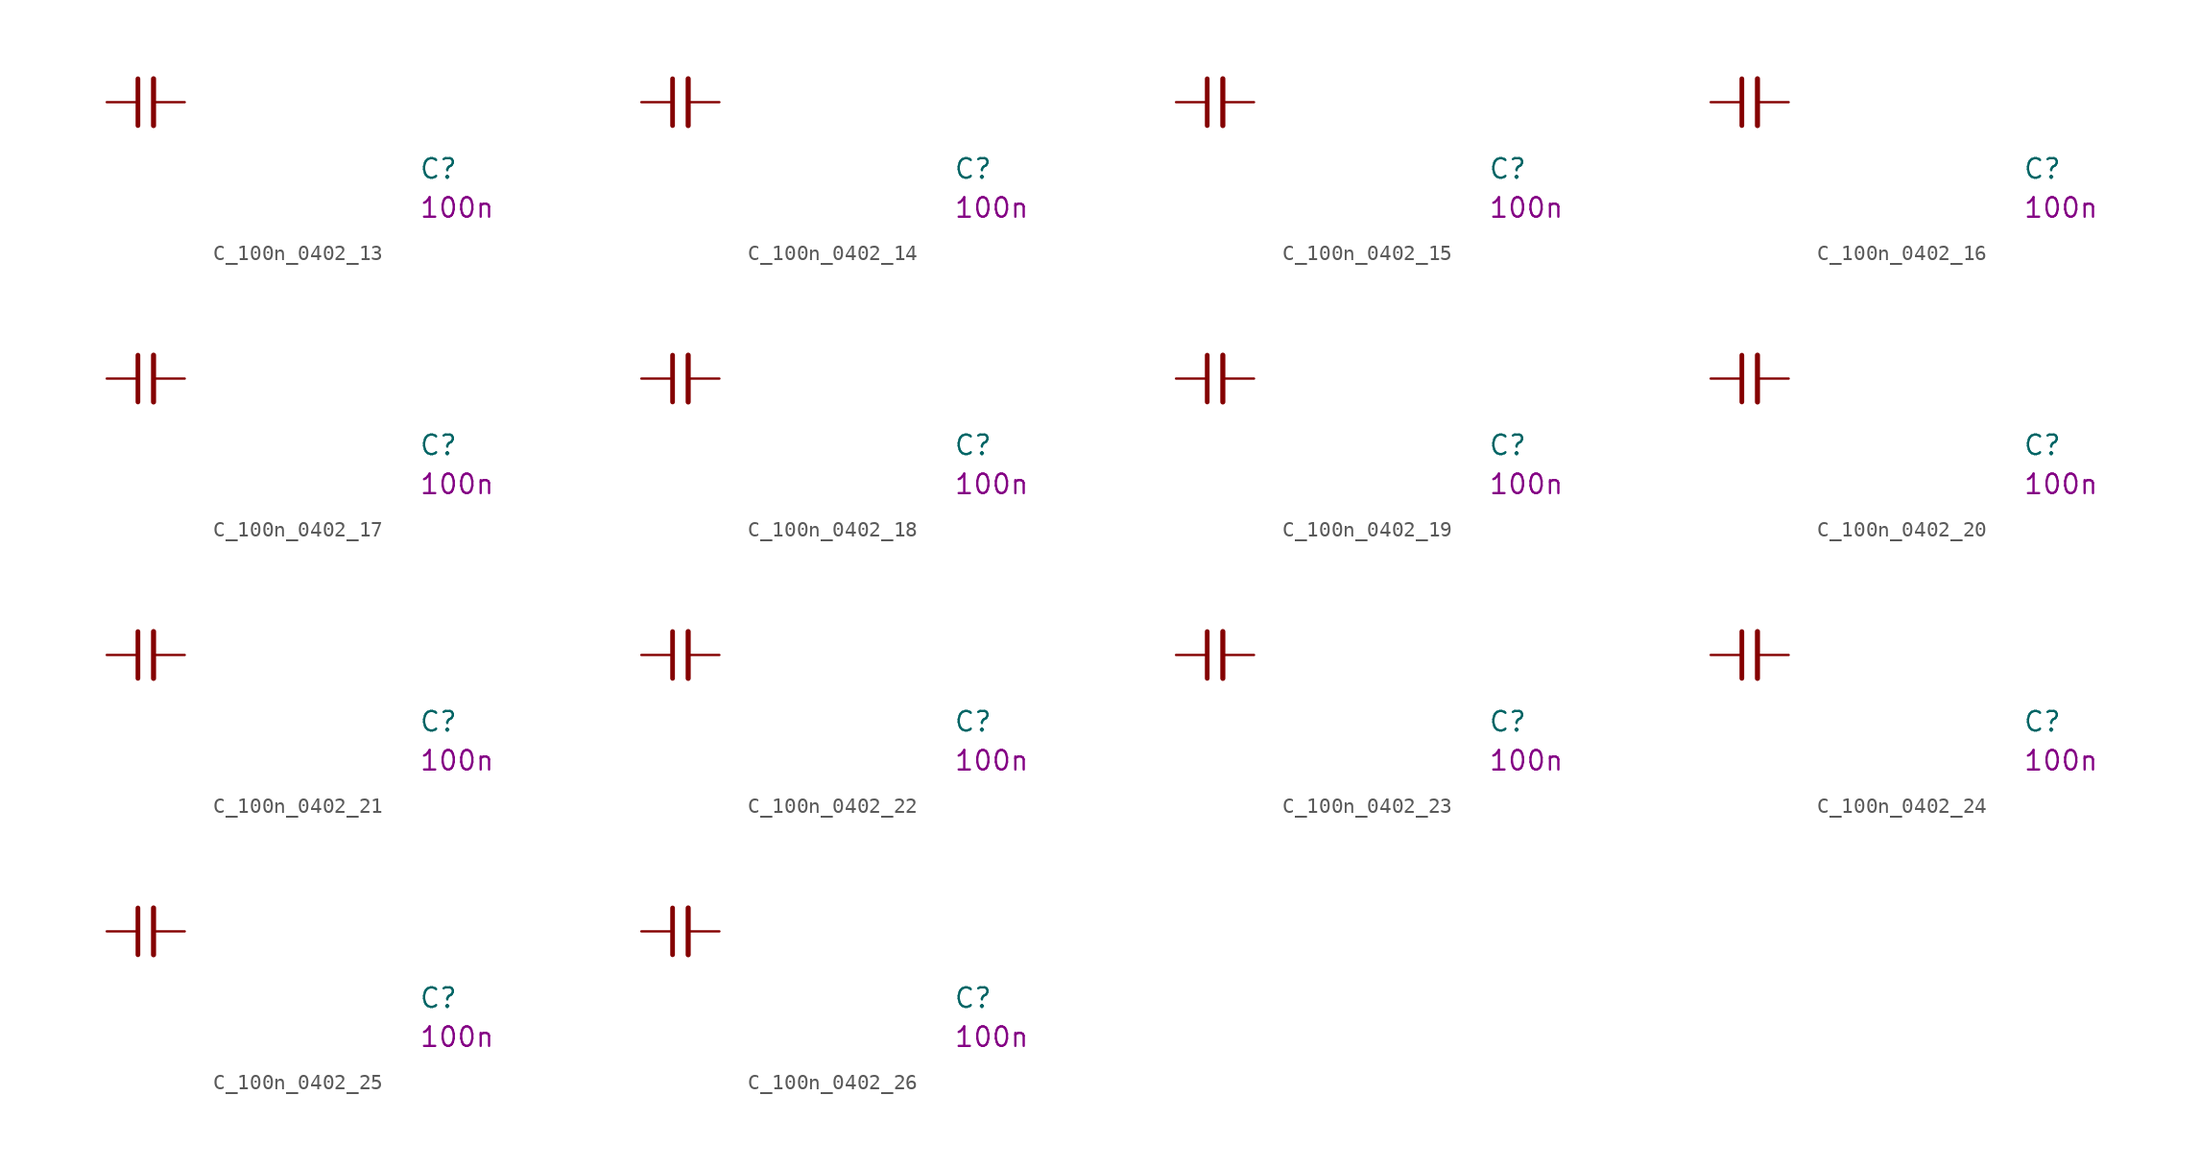
<source format=kicad_sym>
(kicad_symbol_lib
  (version 20211014)
  (generator kicad_symbol_editor)
  (symbol "data-center-rdimm-ddr4-tester:C_100n_0402_13"
    (pin_numbers hide)
    (pin_names hide)
    (property "Reference" "C"
      (at 20.32 -5.08 0)
      (effects (font (size 1.27 1.27) (thickness 0.15)) (justify left bottom)))
    (property "Val" "100n"
      (at 20.32 -7.62 0)
      (effects (font (size 1.27 1.27) (thickness 0.15)) (justify left bottom)))
    (symbol "C_100n_0402_13_0_1"
      (polyline (pts (xy 2.032 -1.524) (xy 2.032 1.524)) (stroke (width 0.305) (type default)) (fill (type none)))
      (polyline (pts (xy 3.048 -1.524) (xy 3.048 1.524)) (stroke (width 0.33) (type default)) (fill (type none))))
    (symbol "C_100n_0402_13_1_1"
      (pin passive line (at 0 0 0) (length 2.032) (name "~" (effects (font (size 1.27 1.27)))) (number "1" (effects (font (size 1.27 1.27)))))
      (pin passive line (at 5.08 0 180) (length 2.032) (name "~" (effects (font (size 1.27 1.27)))) (number "2" (effects (font (size 1.27 1.27)))))))
  (symbol "data-center-rdimm-ddr4-tester:C_100n_0402_14"
    (pin_numbers hide)
    (pin_names hide)
    (property "Reference" "C"
      (at 20.32 -5.08 0)
      (effects (font (size 1.27 1.27) (thickness 0.15)) (justify left bottom)))
    (property "Val" "100n"
      (at 20.32 -7.62 0)
      (effects (font (size 1.27 1.27) (thickness 0.15)) (justify left bottom)))
    (symbol "C_100n_0402_14_0_1"
      (polyline (pts (xy 2.032 -1.524) (xy 2.032 1.524)) (stroke (width 0.305) (type default)) (fill (type none)))
      (polyline (pts (xy 3.048 -1.524) (xy 3.048 1.524)) (stroke (width 0.33) (type default)) (fill (type none))))
    (symbol "C_100n_0402_14_1_1"
      (pin passive line (at 0 0 0) (length 2.032) (name "~" (effects (font (size 1.27 1.27)))) (number "1" (effects (font (size 1.27 1.27)))))
      (pin passive line (at 5.08 0 180) (length 2.032) (name "~" (effects (font (size 1.27 1.27)))) (number "2" (effects (font (size 1.27 1.27)))))))
  (symbol "data-center-rdimm-ddr4-tester:C_100n_0402_15"
    (pin_numbers hide)
    (pin_names hide)
    (property "Reference" "C"
      (at 20.32 -5.08 0)
      (effects (font (size 1.27 1.27) (thickness 0.15)) (justify left bottom)))
    (property "Val" "100n"
      (at 20.32 -7.62 0)
      (effects (font (size 1.27 1.27) (thickness 0.15)) (justify left bottom)))
    (symbol "C_100n_0402_15_0_1"
      (polyline (pts (xy 2.032 -1.524) (xy 2.032 1.524)) (stroke (width 0.305) (type default)) (fill (type none)))
      (polyline (pts (xy 3.048 -1.524) (xy 3.048 1.524)) (stroke (width 0.33) (type default)) (fill (type none))))
    (symbol "C_100n_0402_15_1_1"
      (pin passive line (at 0 0 0) (length 2.032) (name "~" (effects (font (size 1.27 1.27)))) (number "1" (effects (font (size 1.27 1.27)))))
      (pin passive line (at 5.08 0 180) (length 2.032) (name "~" (effects (font (size 1.27 1.27)))) (number "2" (effects (font (size 1.27 1.27)))))))
  (symbol "data-center-rdimm-ddr4-tester:C_100n_0402_16"
    (pin_numbers hide)
    (pin_names hide)
    (property "Reference" "C"
      (at 20.32 -5.08 0)
      (effects (font (size 1.27 1.27) (thickness 0.15)) (justify left bottom)))
    (property "Val" "100n"
      (at 20.32 -7.62 0)
      (effects (font (size 1.27 1.27) (thickness 0.15)) (justify left bottom)))
    (symbol "C_100n_0402_16_0_1"
      (polyline (pts (xy 2.032 -1.524) (xy 2.032 1.524)) (stroke (width 0.305) (type default)) (fill (type none)))
      (polyline (pts (xy 3.048 -1.524) (xy 3.048 1.524)) (stroke (width 0.33) (type default)) (fill (type none))))
    (symbol "C_100n_0402_16_1_1"
      (pin passive line (at 0 0 0) (length 2.032) (name "~" (effects (font (size 1.27 1.27)))) (number "1" (effects (font (size 1.27 1.27)))))
      (pin passive line (at 5.08 0 180) (length 2.032) (name "~" (effects (font (size 1.27 1.27)))) (number "2" (effects (font (size 1.27 1.27)))))))
  (symbol "data-center-rdimm-ddr4-tester:C_100n_0402_17"
    (pin_numbers hide)
    (pin_names hide)
    (property "Reference" "C"
      (at 20.32 -5.08 0)
      (effects (font (size 1.27 1.27) (thickness 0.15)) (justify left bottom)))
    (property "Val" "100n"
      (at 20.32 -7.62 0)
      (effects (font (size 1.27 1.27) (thickness 0.15)) (justify left bottom)))
    (symbol "C_100n_0402_17_0_1"
      (polyline (pts (xy 2.032 -1.524) (xy 2.032 1.524)) (stroke (width 0.305) (type default)) (fill (type none)))
      (polyline (pts (xy 3.048 -1.524) (xy 3.048 1.524)) (stroke (width 0.33) (type default)) (fill (type none))))
    (symbol "C_100n_0402_17_1_1"
      (pin passive line (at 0 0 0) (length 2.032) (name "~" (effects (font (size 1.27 1.27)))) (number "1" (effects (font (size 1.27 1.27)))))
      (pin passive line (at 5.08 0 180) (length 2.032) (name "~" (effects (font (size 1.27 1.27)))) (number "2" (effects (font (size 1.27 1.27)))))))
  (symbol "data-center-rdimm-ddr4-tester:C_100n_0402_18"
    (pin_numbers hide)
    (pin_names hide)
    (property "Reference" "C"
      (at 20.32 -5.08 0)
      (effects (font (size 1.27 1.27) (thickness 0.15)) (justify left bottom)))
    (property "Val" "100n"
      (at 20.32 -7.62 0)
      (effects (font (size 1.27 1.27) (thickness 0.15)) (justify left bottom)))
    (symbol "C_100n_0402_18_0_1"
      (polyline (pts (xy 2.032 -1.524) (xy 2.032 1.524)) (stroke (width 0.305) (type default)) (fill (type none)))
      (polyline (pts (xy 3.048 -1.524) (xy 3.048 1.524)) (stroke (width 0.33) (type default)) (fill (type none))))
    (symbol "C_100n_0402_18_1_1"
      (pin passive line (at 0 0 0) (length 2.032) (name "~" (effects (font (size 1.27 1.27)))) (number "1" (effects (font (size 1.27 1.27)))))
      (pin passive line (at 5.08 0 180) (length 2.032) (name "~" (effects (font (size 1.27 1.27)))) (number "2" (effects (font (size 1.27 1.27)))))))
  (symbol "data-center-rdimm-ddr4-tester:C_100n_0402_19"
    (pin_numbers hide)
    (pin_names hide)
    (property "Reference" "C"
      (at 20.32 -5.08 0)
      (effects (font (size 1.27 1.27) (thickness 0.15)) (justify left bottom)))
    (property "Val" "100n"
      (at 20.32 -7.62 0)
      (effects (font (size 1.27 1.27) (thickness 0.15)) (justify left bottom)))
    (symbol "C_100n_0402_19_0_1"
      (polyline (pts (xy 2.032 -1.524) (xy 2.032 1.524)) (stroke (width 0.305) (type default)) (fill (type none)))
      (polyline (pts (xy 3.048 -1.524) (xy 3.048 1.524)) (stroke (width 0.33) (type default)) (fill (type none))))
    (symbol "C_100n_0402_19_1_1"
      (pin passive line (at 0 0 0) (length 2.032) (name "~" (effects (font (size 1.27 1.27)))) (number "1" (effects (font (size 1.27 1.27)))))
      (pin passive line (at 5.08 0 180) (length 2.032) (name "~" (effects (font (size 1.27 1.27)))) (number "2" (effects (font (size 1.27 1.27)))))))
  (symbol "data-center-rdimm-ddr4-tester:C_100n_0402_20"
    (pin_numbers hide)
    (pin_names hide)
    (property "Reference" "C"
      (at 20.32 -5.08 0)
      (effects (font (size 1.27 1.27) (thickness 0.15)) (justify left bottom)))
    (property "Val" "100n"
      (at 20.32 -7.62 0)
      (effects (font (size 1.27 1.27) (thickness 0.15)) (justify left bottom)))
    (symbol "C_100n_0402_20_0_1"
      (polyline (pts (xy 2.032 -1.524) (xy 2.032 1.524)) (stroke (width 0.305) (type default)) (fill (type none)))
      (polyline (pts (xy 3.048 -1.524) (xy 3.048 1.524)) (stroke (width 0.33) (type default)) (fill (type none))))
    (symbol "C_100n_0402_20_1_1"
      (pin passive line (at 0 0 0) (length 2.032) (name "~" (effects (font (size 1.27 1.27)))) (number "1" (effects (font (size 1.27 1.27)))))
      (pin passive line (at 5.08 0 180) (length 2.032) (name "~" (effects (font (size 1.27 1.27)))) (number "2" (effects (font (size 1.27 1.27)))))))
  (symbol "data-center-rdimm-ddr4-tester:C_100n_0402_21"
    (pin_numbers hide)
    (pin_names hide)
    (property "Reference" "C"
      (at 20.32 -5.08 0)
      (effects (font (size 1.27 1.27) (thickness 0.15)) (justify left bottom)))
    (property "Val" "100n"
      (at 20.32 -7.62 0)
      (effects (font (size 1.27 1.27) (thickness 0.15)) (justify left bottom)))
    (symbol "C_100n_0402_21_0_1"
      (polyline (pts (xy 2.032 -1.524) (xy 2.032 1.524)) (stroke (width 0.305) (type default)) (fill (type none)))
      (polyline (pts (xy 3.048 -1.524) (xy 3.048 1.524)) (stroke (width 0.33) (type default)) (fill (type none))))
    (symbol "C_100n_0402_21_1_1"
      (pin passive line (at 0 0 0) (length 2.032) (name "~" (effects (font (size 1.27 1.27)))) (number "1" (effects (font (size 1.27 1.27)))))
      (pin passive line (at 5.08 0 180) (length 2.032) (name "~" (effects (font (size 1.27 1.27)))) (number "2" (effects (font (size 1.27 1.27)))))))
  (symbol "data-center-rdimm-ddr4-tester:C_100n_0402_22"
    (pin_numbers hide)
    (pin_names hide)
    (property "Reference" "C"
      (at 20.32 -5.08 0)
      (effects (font (size 1.27 1.27) (thickness 0.15)) (justify left bottom)))
    (property "Val" "100n"
      (at 20.32 -7.62 0)
      (effects (font (size 1.27 1.27) (thickness 0.15)) (justify left bottom)))
    (symbol "C_100n_0402_22_0_1"
      (polyline (pts (xy 2.032 -1.524) (xy 2.032 1.524)) (stroke (width 0.305) (type default)) (fill (type none)))
      (polyline (pts (xy 3.048 -1.524) (xy 3.048 1.524)) (stroke (width 0.33) (type default)) (fill (type none))))
    (symbol "C_100n_0402_22_1_1"
      (pin passive line (at 0 0 0) (length 2.032) (name "~" (effects (font (size 1.27 1.27)))) (number "1" (effects (font (size 1.27 1.27)))))
      (pin passive line (at 5.08 0 180) (length 2.032) (name "~" (effects (font (size 1.27 1.27)))) (number "2" (effects (font (size 1.27 1.27)))))))
  (symbol "data-center-rdimm-ddr4-tester:C_100n_0402_23"
    (pin_numbers hide)
    (pin_names hide)
    (property "Reference" "C"
      (at 20.32 -5.08 0)
      (effects (font (size 1.27 1.27) (thickness 0.15)) (justify left bottom)))
    (property "Val" "100n"
      (at 20.32 -7.62 0)
      (effects (font (size 1.27 1.27) (thickness 0.15)) (justify left bottom)))
    (symbol "C_100n_0402_23_0_1"
      (polyline (pts (xy 2.032 -1.524) (xy 2.032 1.524)) (stroke (width 0.305) (type default)) (fill (type none)))
      (polyline (pts (xy 3.048 -1.524) (xy 3.048 1.524)) (stroke (width 0.33) (type default)) (fill (type none))))
    (symbol "C_100n_0402_23_1_1"
      (pin passive line (at 0 0 0) (length 2.032) (name "~" (effects (font (size 1.27 1.27)))) (number "1" (effects (font (size 1.27 1.27)))))
      (pin passive line (at 5.08 0 180) (length 2.032) (name "~" (effects (font (size 1.27 1.27)))) (number "2" (effects (font (size 1.27 1.27)))))))
  (symbol "data-center-rdimm-ddr4-tester:C_100n_0402_24"
    (pin_numbers hide)
    (pin_names hide)
    (property "Reference" "C"
      (at 20.32 -5.08 0)
      (effects (font (size 1.27 1.27) (thickness 0.15)) (justify left bottom)))
    (property "Val" "100n"
      (at 20.32 -7.62 0)
      (effects (font (size 1.27 1.27) (thickness 0.15)) (justify left bottom)))
    (symbol "C_100n_0402_24_0_1"
      (polyline (pts (xy 2.032 -1.524) (xy 2.032 1.524)) (stroke (width 0.305) (type default)) (fill (type none)))
      (polyline (pts (xy 3.048 -1.524) (xy 3.048 1.524)) (stroke (width 0.33) (type default)) (fill (type none))))
    (symbol "C_100n_0402_24_1_1"
      (pin passive line (at 0 0 0) (length 2.032) (name "~" (effects (font (size 1.27 1.27)))) (number "1" (effects (font (size 1.27 1.27)))))
      (pin passive line (at 5.08 0 180) (length 2.032) (name "~" (effects (font (size 1.27 1.27)))) (number "2" (effects (font (size 1.27 1.27)))))))
  (symbol "data-center-rdimm-ddr4-tester:C_100n_0402_25"
    (pin_numbers hide)
    (pin_names hide)
    (property "Reference" "C"
      (at 20.32 -5.08 0)
      (effects (font (size 1.27 1.27) (thickness 0.15)) (justify left bottom)))
    (property "Val" "100n"
      (at 20.32 -7.62 0)
      (effects (font (size 1.27 1.27) (thickness 0.15)) (justify left bottom)))
    (symbol "C_100n_0402_25_0_1"
      (polyline (pts (xy 2.032 -1.524) (xy 2.032 1.524)) (stroke (width 0.305) (type default)) (fill (type none)))
      (polyline (pts (xy 3.048 -1.524) (xy 3.048 1.524)) (stroke (width 0.33) (type default)) (fill (type none))))
    (symbol "C_100n_0402_25_1_1"
      (pin passive line (at 0 0 0) (length 2.032) (name "~" (effects (font (size 1.27 1.27)))) (number "1" (effects (font (size 1.27 1.27)))))
      (pin passive line (at 5.08 0 180) (length 2.032) (name "~" (effects (font (size 1.27 1.27)))) (number "2" (effects (font (size 1.27 1.27)))))))
  (symbol "data-center-rdimm-ddr4-tester:C_100n_0402_26"
    (pin_numbers hide)
    (pin_names hide)
    (property "Reference" "C"
      (at 20.32 -5.08 0)
      (effects (font (size 1.27 1.27) (thickness 0.15)) (justify left bottom)))
    (property "Val" "100n"
      (at 20.32 -7.62 0)
      (effects (font (size 1.27 1.27) (thickness 0.15)) (justify left bottom)))
    (symbol "C_100n_0402_26_0_1"
      (polyline (pts (xy 2.032 -1.524) (xy 2.032 1.524)) (stroke (width 0.305) (type default)) (fill (type none)))
      (polyline (pts (xy 3.048 -1.524) (xy 3.048 1.524)) (stroke (width 0.33) (type default)) (fill (type none))))
    (symbol "C_100n_0402_26_1_1"
      (pin passive line (at 0 0 0) (length 2.032) (name "~" (effects (font (size 1.27 1.27)))) (number "1" (effects (font (size 1.27 1.27)))))
      (pin passive line (at 5.08 0 180) (length 2.032) (name "~" (effects (font (size 1.27 1.27)))) (number "2" (effects (font (size 1.27 1.27))))))))
</source>
